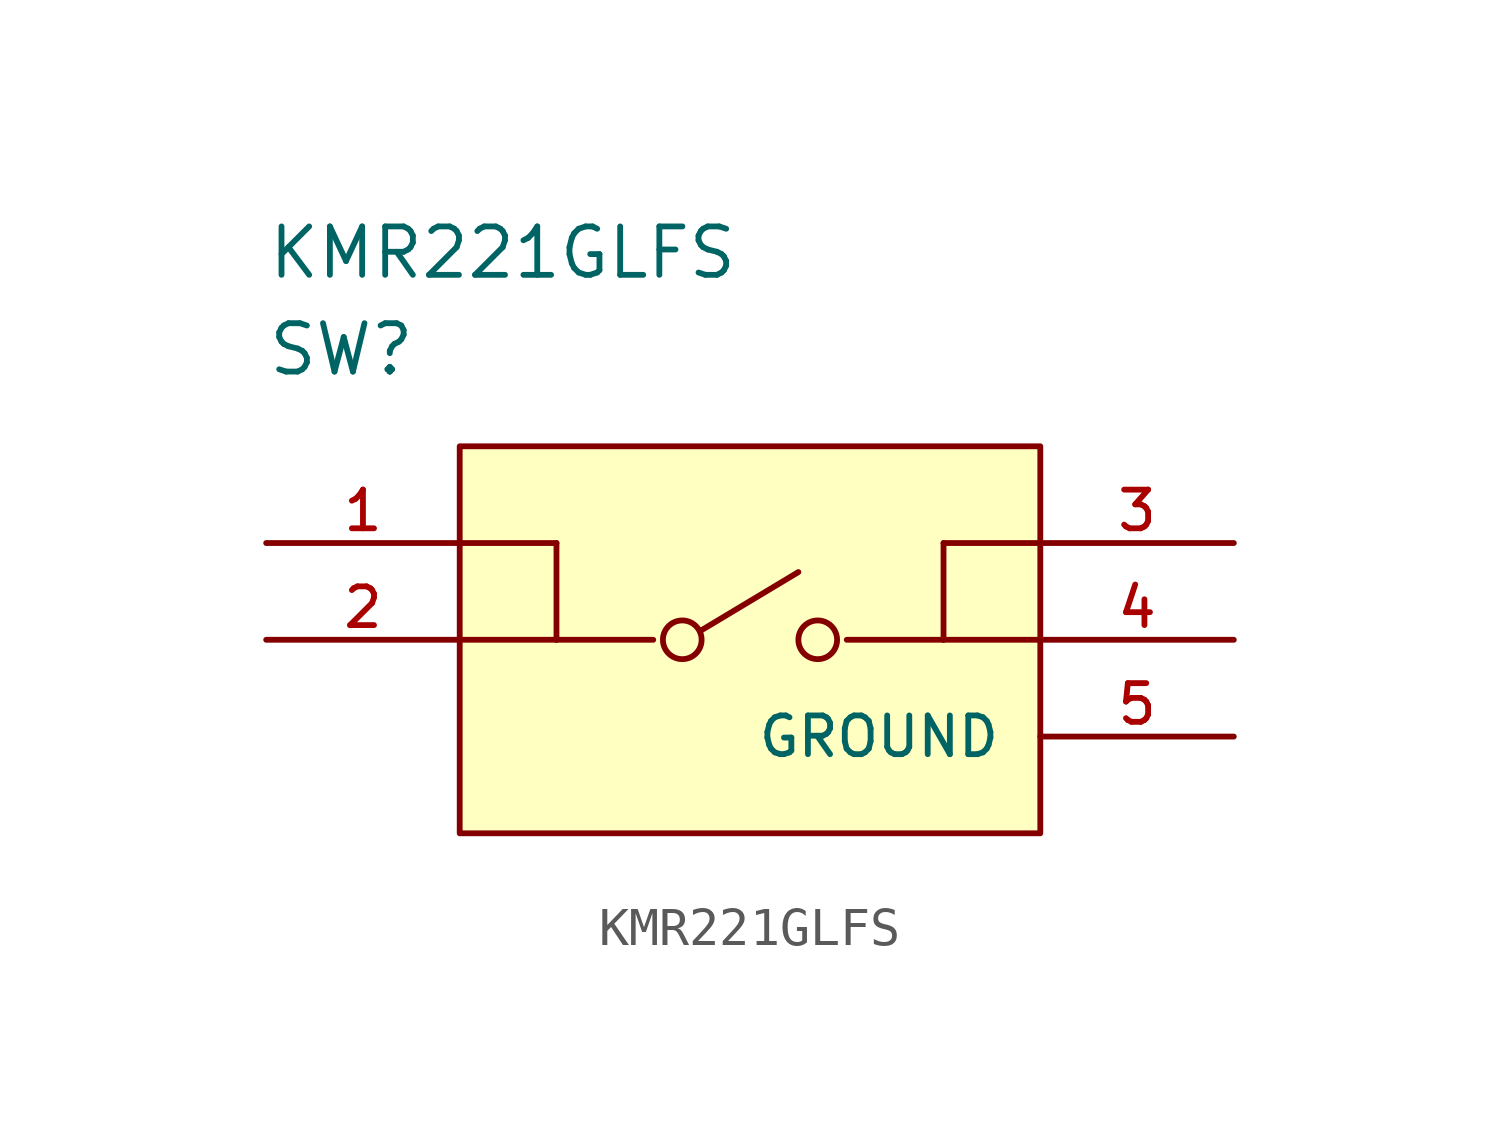
<source format=kicad_sym>
(kicad_symbol_lib
  (version 20211014)
  (generator kicad_symbol_editor)
  (symbol "KMR221GLFS"
    (pin_names
      (offset 1.016))
    (property "Reference" "SW"
      (at 0 5.08 0)
      (effects (font (size 1.27 1.27)) (justify left)))
    (property "Value" "KMR221GLFS"
      (at 0 7.62 0)
      (effects (font (size 1.27 1.27)) (justify left)))
    (symbol "KMR221GLFS_0_1"
      (rectangle (start 7.62 -2.54) (end 5.08 -2.54) (stroke (width 0) (type default) (color 0 0 0 0)) (fill (type none)))
      (rectangle (start 7.62 0) (end 5.08 0) (stroke (width 0) (type default) (color 0 0 0 0)) (fill (type none)))
      (rectangle (start 20.32 -2.54) (end 17.78 -2.54) (stroke (width 0) (type default) (color 0 0 0 0)) (fill (type none)))
      (rectangle (start 20.32 0) (end 17.78 0) (stroke (width 0) (type default) (color 0 0 0 0)) (fill (type none))))
    (symbol "KMR221GLFS_1_1"
      (polyline (pts (xy 7.62 -2.54) (xy 10.16 -2.54)) (stroke (width 0) (type default) (color 0 0 0 0)) (fill (type none)))
      (polyline (pts (xy 7.62 0) (xy 7.62 -2.54)) (stroke (width 0) (type default) (color 0 0 0 0)) (fill (type none)))
      (polyline (pts (xy 11.43 -2.286) (xy 13.97 -0.762)) (stroke (width 0) (type default) (color 0 0 0 0)) (fill (type none)))
      (polyline (pts (xy 15.24 -2.54) (xy 17.78 -2.54)) (stroke (width 0) (type default) (color 0 0 0 0)) (fill (type none)))
      (polyline (pts (xy 17.78 -2.54) (xy 17.78 0)) (stroke (width 0) (type default) (color 0 0 0 0)) (fill (type none)))
      (rectangle (start 5.08 2.54) (end 20.32 -7.62) (stroke (width 0) (type default) (color 0 0 0 0)) (fill (type background)))
      (circle (center 10.922 -2.54) (radius 0.508) (stroke (width 0) (type default) (color 0 0 0 0)) (fill (type none)))
      (circle (center 14.478 -2.54) (radius 0.508) (stroke (width 0) (type default) (color 0 0 0 0)) (fill (type none)))
      (pin passive line (at 0 0 0) (length 5.08) (name "1" (effects (font (size 0 0)))) (number "1" (effects (font (size 1.016 1.016)))))
      (pin passive line (at 0 -2.54 0) (length 5.08) (name "2" (effects (font (size 0 0)))) (number "2" (effects (font (size 1.016 1.016)))))
      (pin passive line (at 25.4 0 180) (length 5.08) (name "3" (effects (font (size 0 0)))) (number "3" (effects (font (size 1.016 1.016)))))
      (pin passive line (at 25.4 -2.54 180) (length 5.08) (name "4" (effects (font (size 0 0)))) (number "4" (effects (font (size 1.016 1.016)))))
      (pin power_in line (at 25.4 -5.08 180) (length 5.08) (name "GROUND" (effects (font (size 1.016 1.016)))) (number "5" (effects (font (size 1.016 1.016))))))))
</source>
